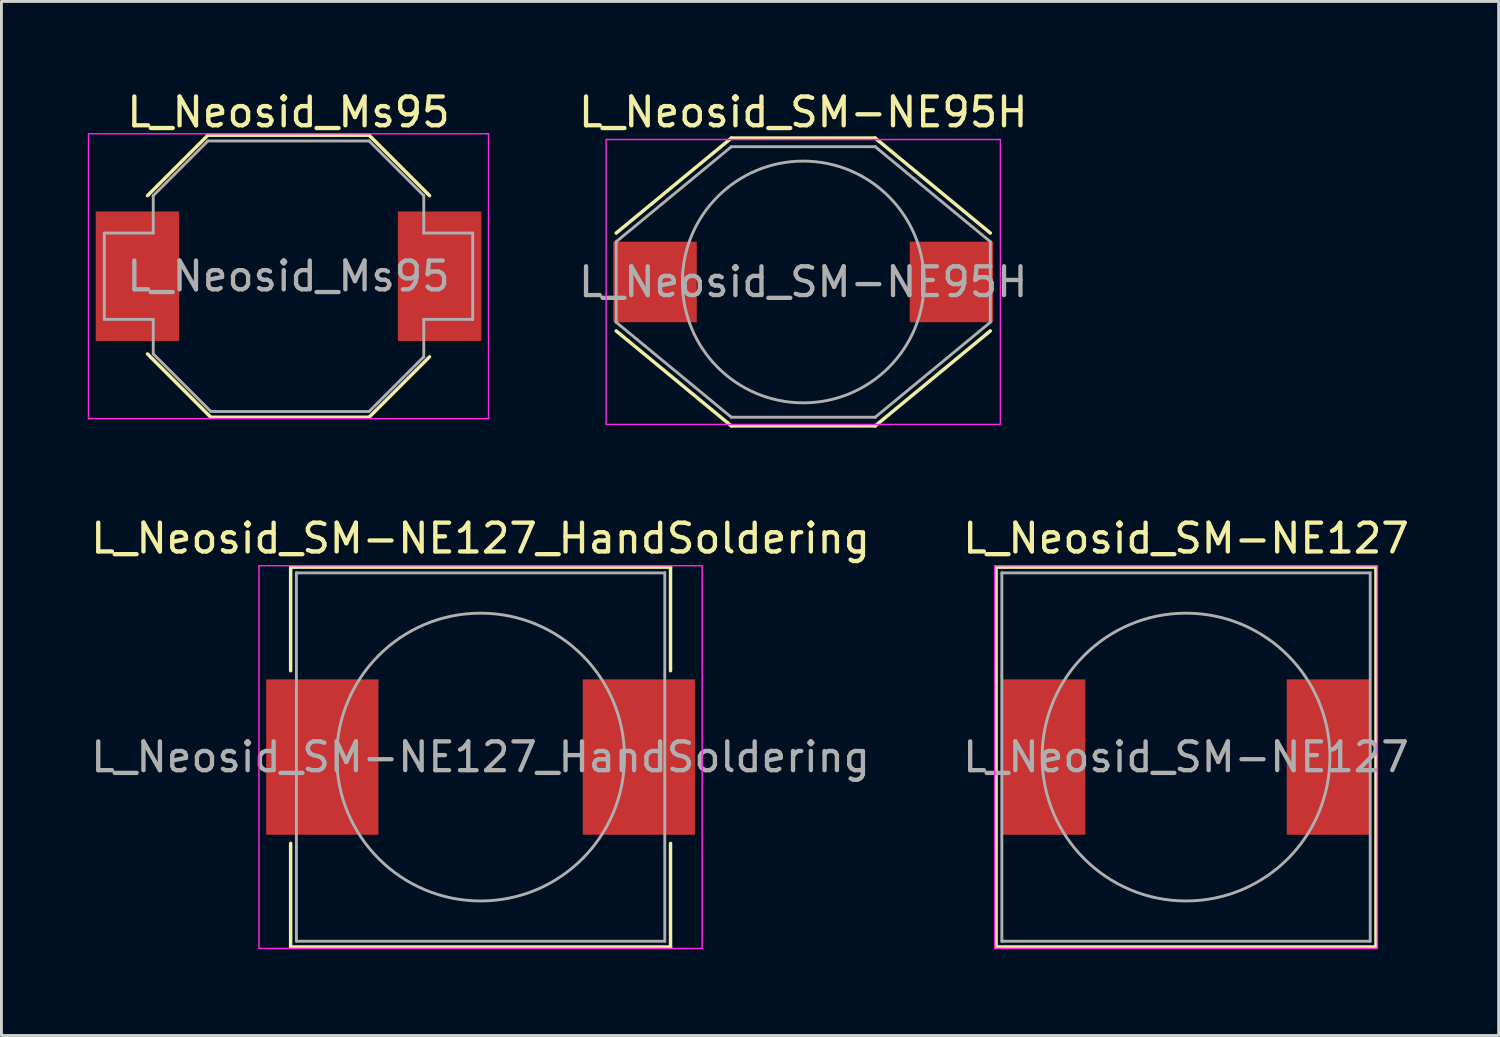
<source format=kicad_pcb>
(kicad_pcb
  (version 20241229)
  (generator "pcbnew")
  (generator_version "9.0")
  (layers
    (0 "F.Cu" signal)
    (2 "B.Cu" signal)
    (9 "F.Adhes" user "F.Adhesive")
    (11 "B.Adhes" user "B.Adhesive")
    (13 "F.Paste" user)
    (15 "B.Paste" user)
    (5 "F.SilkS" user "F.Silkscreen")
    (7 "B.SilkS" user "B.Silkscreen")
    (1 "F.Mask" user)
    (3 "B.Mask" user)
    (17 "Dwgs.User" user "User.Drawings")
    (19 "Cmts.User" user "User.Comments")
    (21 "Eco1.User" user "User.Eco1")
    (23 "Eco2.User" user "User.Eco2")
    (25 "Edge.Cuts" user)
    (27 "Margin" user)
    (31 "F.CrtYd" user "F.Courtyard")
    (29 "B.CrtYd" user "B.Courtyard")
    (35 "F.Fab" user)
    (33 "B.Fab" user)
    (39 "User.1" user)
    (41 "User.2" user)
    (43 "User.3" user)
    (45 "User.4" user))
  (footprint "L_Neosid_SM-NE95H"
    (layer "F.Cu")
    (at 24.861 6.748)
    (property "Reference" "L_Neosid_SM-NE95H" (at 0 -5.9 0) (layer "F.SilkS") (effects (font (size 1 1) (thickness 0.15))))
    (attr smd)
    (fp_line (start -6.5 -1.7) (end -2.5 -5) (stroke (width 0.12) (type solid)) (layer "F.SilkS"))
    (fp_line (start -2.5 -5) (end 2.5 -5) (stroke (width 0.12) (type solid)) (layer "F.SilkS"))
    (fp_line (start -2.5 5) (end -6.5 1.7) (stroke (width 0.12) (type solid)) (layer "F.SilkS"))
    (fp_line (start 2.5 -5) (end 6.5 -1.7) (stroke (width 0.12) (type solid)) (layer "F.SilkS"))
    (fp_line (start 2.5 5) (end -2.5 5) (stroke (width 0.12) (type solid)) (layer "F.SilkS"))
    (fp_line (start 6.5 1.7) (end 2.5 5) (stroke (width 0.12) (type solid)) (layer "F.SilkS"))
    (fp_line (start -6.85 -4.95) (end -6.85 4.95) (stroke (width 0.05) (type solid)) (layer "F.CrtYd"))
    (fp_line (start -6.85 -4.95) (end 6.85 -4.95) (stroke (width 0.05) (type solid)) (layer "F.CrtYd"))
    (fp_line (start 6.85 4.95) (end -6.85 4.95) (stroke (width 0.05) (type solid)) (layer "F.CrtYd"))
    (fp_line (start 6.85 4.95) (end 6.85 -4.95) (stroke (width 0.05) (type solid)) (layer "F.CrtYd"))
    (fp_line (start -6.5 -1.4) (end -2.5 -4.7) (stroke (width 0.1) (type solid)) (layer "F.Fab"))
    (fp_line (start -6.5 1.4) (end -6.5 -1.4) (stroke (width 0.1) (type solid)) (layer "F.Fab"))
    (fp_line (start -2.5 -4.7) (end 2.5 -4.7) (stroke (width 0.1) (type solid)) (layer "F.Fab"))
    (fp_line (start -2.5 4.7) (end -6.5 1.4) (stroke (width 0.1) (type solid)) (layer "F.Fab"))
    (fp_line (start 2.5 -4.7) (end 6.5 -1.4) (stroke (width 0.1) (type solid)) (layer "F.Fab"))
    (fp_line (start 2.5 4.7) (end -2.5 4.7) (stroke (width 0.1) (type solid)) (layer "F.Fab"))
    (fp_line (start 6.5 -1.4) (end 6.5 1.4) (stroke (width 0.1) (type solid)) (layer "F.Fab"))
    (fp_line (start 6.5 1.4) (end 2.5 4.7) (stroke (width 0.1) (type solid)) (layer "F.Fab"))
    (fp_circle (center 0 0) (end 0 -4.2) (stroke (width 0.1) (type solid)) (fill no) (layer "F.Fab"))
    (fp_text user "${REFERENCE}" (at 0 0 0) (layer "F.Fab") (effects (font (size 1 1) (thickness 0.15))))
    (pad "1" smd rect (at -5.15 0) (size 2.9 2.8) (layers "F.Cu" "F.Mask" "F.Paste"))
    (pad "2" smd rect (at 5.15 0) (size 2.9 2.8) (layers "F.Cu" "F.Mask" "F.Paste")))
  (footprint "L_Neosid_Ms95"
    (layer "F.Cu")
    (at 6.975 6.548)
    (property "Reference" "L_Neosid_Ms95" (at 0 -5.7 0) (layer "F.SilkS") (effects (font (size 1 1) (thickness 0.15))))
    (attr smd)
    (fp_line (start -4.9 -2.8) (end -2.8 -4.9) (stroke (width 0.12) (type solid)) (layer "F.SilkS"))
    (fp_line (start -2.8 -4.9) (end 2.8 -4.9) (stroke (width 0.12) (type solid)) (layer "F.SilkS"))
    (fp_line (start -2.7 4.9) (end -4.9 2.7) (stroke (width 0.12) (type solid)) (layer "F.SilkS"))
    (fp_line (start -2.7 4.9) (end 2.8 4.9) (stroke (width 0.12) (type solid)) (layer "F.SilkS"))
    (fp_line (start 2.8 -4.9) (end 4.9 -2.8) (stroke (width 0.12) (type solid)) (layer "F.SilkS"))
    (fp_line (start 2.8 4.9) (end 4.9 2.8) (stroke (width 0.12) (type solid)) (layer "F.SilkS"))
    (fp_line (start -6.95 -4.95) (end -6.95 4.95) (stroke (width 0.05) (type solid)) (layer "F.CrtYd"))
    (fp_line (start -6.95 -4.95) (end 6.95 -4.95) (stroke (width 0.05) (type solid)) (layer "F.CrtYd"))
    (fp_line (start 6.95 4.95) (end -6.95 4.95) (stroke (width 0.05) (type solid)) (layer "F.CrtYd"))
    (fp_line (start 6.95 4.95) (end 6.95 -4.95) (stroke (width 0.05) (type solid)) (layer "F.CrtYd"))
    (fp_line (start -6.4 -1.5) (end -6.4 1.5) (stroke (width 0.1) (type solid)) (layer "F.Fab"))
    (fp_line (start -6.4 -1.5) (end -4.7 -1.5) (stroke (width 0.1) (type solid)) (layer "F.Fab"))
    (fp_line (start -6.4 1.5) (end -4.7 1.5) (stroke (width 0.1) (type solid)) (layer "F.Fab"))
    (fp_line (start -4.7 -1.5) (end -4.7 -2.8) (stroke (width 0.1) (type solid)) (layer "F.Fab"))
    (fp_line (start -4.7 1.5) (end -4.7 2.7) (stroke (width 0.1) (type solid)) (layer "F.Fab"))
    (fp_line (start -4.7 2.7) (end -2.7 4.7) (stroke (width 0.1) (type solid)) (layer "F.Fab"))
    (fp_line (start -2.8 -4.7) (end -4.7 -2.8) (stroke (width 0.1) (type solid)) (layer "F.Fab"))
    (fp_line (start 2.8 -4.7) (end -2.8 -4.7) (stroke (width 0.1) (type solid)) (layer "F.Fab"))
    (fp_line (start 2.8 4.7) (end -2.7 4.7) (stroke (width 0.1) (type solid)) (layer "F.Fab"))
    (fp_line (start 4.7 -2.8) (end 2.8 -4.7) (stroke (width 0.1) (type solid)) (layer "F.Fab"))
    (fp_line (start 4.7 -1.5) (end 4.7 -2.8) (stroke (width 0.1) (type solid)) (layer "F.Fab"))
    (fp_line (start 4.7 1.5) (end 6.4 1.5) (stroke (width 0.1) (type solid)) (layer "F.Fab"))
    (fp_line (start 4.7 2.8) (end 2.8 4.7) (stroke (width 0.1) (type solid)) (layer "F.Fab"))
    (fp_line (start 4.7 2.8) (end 4.7 1.5) (stroke (width 0.1) (type solid)) (layer "F.Fab"))
    (fp_line (start 6.4 -1.5) (end 4.7 -1.5) (stroke (width 0.1) (type solid)) (layer "F.Fab"))
    (fp_line (start 6.4 1.5) (end 6.4 -1.5) (stroke (width 0.1) (type solid)) (layer "F.Fab"))
    (fp_text user "${REFERENCE}" (at 0 0 0) (layer "F.Fab") (effects (font (size 1 1) (thickness 0.15))))
    (pad "1" smd rect (at -5.25 0) (size 2.9 4.5) (layers "F.Cu" "F.Mask" "F.Paste"))
    (pad "2" smd rect (at 5.25 0) (size 2.9 4.5) (layers "F.Cu" "F.Mask" "F.Paste")))
  (footprint "L_Neosid_SM-NE127_HandSoldering"
    (layer "F.Cu")
    (at 13.649 23.256)
    (property "Reference" "L_Neosid_SM-NE127_HandSoldering" (at 0 -7.6 0) (layer "F.SilkS") (effects (font (size 1 1) (thickness 0.15))))
    (attr smd)
    (fp_line (start -6.6 -6.6) (end 6.6 -6.6) (stroke (width 0.12) (type solid)) (layer "F.SilkS"))
    (fp_line (start -6.6 -3) (end -6.6 -6.6) (stroke (width 0.12) (type solid)) (layer "F.SilkS"))
    (fp_line (start -6.6 6.6) (end -6.6 3) (stroke (width 0.12) (type solid)) (layer "F.SilkS"))
    (fp_line (start 6.6 -6.6) (end 6.6 -3) (stroke (width 0.12) (type solid)) (layer "F.SilkS"))
    (fp_line (start 6.6 3) (end 6.6 6.6) (stroke (width 0.12) (type solid)) (layer "F.SilkS"))
    (fp_line (start 6.6 6.6) (end -6.6 6.6) (stroke (width 0.12) (type solid)) (layer "F.SilkS"))
    (fp_line (start -7.7 -6.65) (end -7.7 6.65) (stroke (width 0.05) (type solid)) (layer "F.CrtYd"))
    (fp_line (start -7.7 -6.65) (end 7.7 -6.65) (stroke (width 0.05) (type solid)) (layer "F.CrtYd"))
    (fp_line (start 7.7 6.65) (end -7.7 6.65) (stroke (width 0.05) (type solid)) (layer "F.CrtYd"))
    (fp_line (start 7.7 6.65) (end 7.7 -6.65) (stroke (width 0.05) (type solid)) (layer "F.CrtYd"))
    (fp_line (start -6.4 -6.4) (end 6.4 -6.4) (stroke (width 0.1) (type solid)) (layer "F.Fab"))
    (fp_line (start -6.4 6.4) (end -6.4 -6.4) (stroke (width 0.1) (type solid)) (layer "F.Fab"))
    (fp_line (start 6.4 -6.4) (end 6.4 6.4) (stroke (width 0.1) (type solid)) (layer "F.Fab"))
    (fp_line (start 6.4 6.4) (end -6.4 6.4) (stroke (width 0.1) (type solid)) (layer "F.Fab"))
    (fp_circle (center 0 0) (end 5 0) (stroke (width 0.1) (type solid)) (fill no) (layer "F.Fab"))
    (fp_text user "${REFERENCE}" (at 0 0 0) (layer "F.Fab") (effects (font (size 1 1) (thickness 0.15))))
    (pad "1" smd rect (at -5.5 0) (size 3.9 5.4) (layers "F.Cu" "F.Mask" "F.Paste"))
    (pad "2" smd rect (at 5.5 0) (size 3.9 5.4) (layers "F.Cu" "F.Mask" "F.Paste")))
  (footprint "L_Neosid_SM-NE127"
    (layer "F.Cu")
    (at 38.161 23.256)
    (property "Reference" "L_Neosid_SM-NE127" (at 0 -7.6 0) (layer "F.SilkS") (effects (font (size 1 1) (thickness 0.15))))
    (attr smd)
    (fp_line (start -6.6 -6.6) (end 6.6 -6.6) (stroke (width 0.12) (type solid)) (layer "F.SilkS"))
    (fp_line (start -6.6 6.6) (end -6.6 -6.6) (stroke (width 0.12) (type solid)) (layer "F.SilkS"))
    (fp_line (start 6.6 -6.6) (end 6.6 6.6) (stroke (width 0.12) (type solid)) (layer "F.SilkS"))
    (fp_line (start 6.6 6.6) (end -6.6 6.6) (stroke (width 0.12) (type solid)) (layer "F.SilkS"))
    (fp_line (start -6.65 -6.65) (end -6.65 6.65) (stroke (width 0.05) (type solid)) (layer "F.CrtYd"))
    (fp_line (start -6.65 -6.65) (end 6.65 -6.65) (stroke (width 0.05) (type solid)) (layer "F.CrtYd"))
    (fp_line (start 6.65 6.65) (end -6.65 6.65) (stroke (width 0.05) (type solid)) (layer "F.CrtYd"))
    (fp_line (start 6.65 6.65) (end 6.65 -6.65) (stroke (width 0.05) (type solid)) (layer "F.CrtYd"))
    (fp_line (start -6.4 -6.4) (end 6.4 -6.4) (stroke (width 0.1) (type solid)) (layer "F.Fab"))
    (fp_line (start -6.4 6.4) (end -6.4 -6.4) (stroke (width 0.1) (type solid)) (layer "F.Fab"))
    (fp_line (start 6.4 -6.4) (end 6.4 6.4) (stroke (width 0.1) (type solid)) (layer "F.Fab"))
    (fp_line (start 6.4 6.4) (end -6.4 6.4) (stroke (width 0.1) (type solid)) (layer "F.Fab"))
    (fp_circle (center 0 0) (end 5 0) (stroke (width 0.1) (type solid)) (fill no) (layer "F.Fab"))
    (fp_text user "${REFERENCE}" (at 0 0 0) (layer "F.Fab") (effects (font (size 1 1) (thickness 0.15))))
    (pad "1" smd rect (at -4.95 0) (size 2.9 5.4) (layers "F.Cu" "F.Mask" "F.Paste"))
    (pad "2" smd rect (at 4.95 0) (size 2.9 5.4) (layers "F.Cu" "F.Mask" "F.Paste")))
  (gr_rect
    (start -3 -3)
    (end 49.024 32.931)
    (stroke (width 0.1) (type default))
    (fill no)
    (layer "Edge.Cuts")))
</source>
